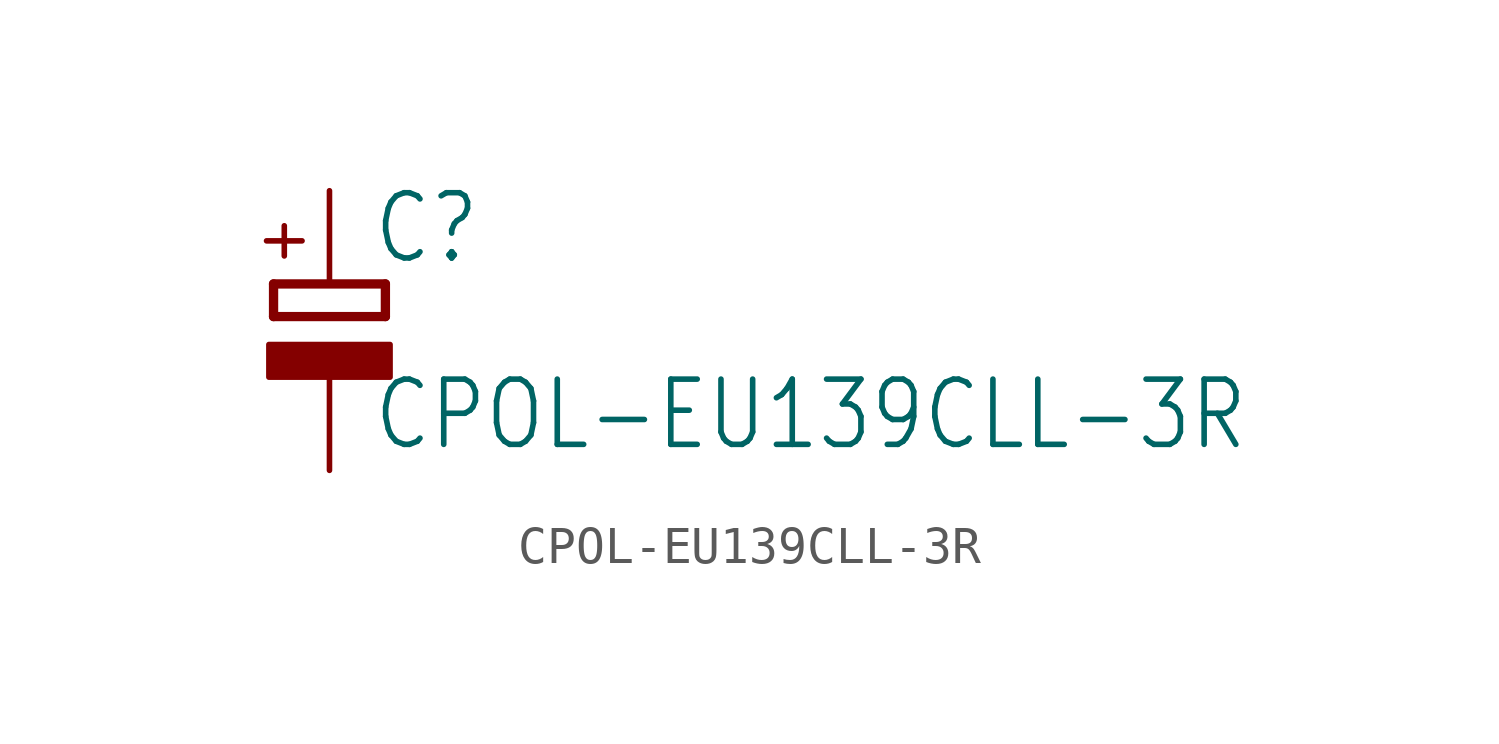
<source format=kicad_sym>
(kicad_symbol_lib
  (version 20211014)
  (generator kicad_symbol_editor)
  (symbol "CPOL-EU139CLL-3R"
    (property "Reference" "C"
      (at 1.143 0.483 0)
      (effects (font (size 1.778 1.511)) (justify left bottom)))
    (property "Value" "CPOL-EU139CLL-3R"
      (at 1.143 -4.597 0)
      (effects (font (size 1.778 1.511)) (justify left bottom)))
    (property "ki_locked" ""
      (at 0 0 0)
      (effects (font (size 1.27 1.27))))
    (symbol "CPOL-EU139CLL-3R_1_0"
      (rectangle (start -1.651 -2.54) (end 1.651 -1.651) (stroke (width 0) (type default) (color 0 0 0 0)) (fill (type outline)))
      (polyline (pts (xy -1.524 -0.889) (xy 1.524 -0.889)) (stroke (width 0.254) (type default) (color 0 0 0 0)) (fill (type none)))
      (polyline (pts (xy -1.524 0) (xy -1.524 -0.889)) (stroke (width 0.254) (type default) (color 0 0 0 0)) (fill (type none)))
      (polyline (pts (xy -1.524 0) (xy 1.524 0)) (stroke (width 0.254) (type default) (color 0 0 0 0)) (fill (type none)))
      (polyline (pts (xy 1.524 -0.889) (xy 1.524 0)) (stroke (width 0.254) (type default) (color 0 0 0 0)) (fill (type none)))
      (text "+" (at -0.584 0.406 900) (effects (font (size 1.27 1.079)) (justify left bottom)))
      (pin passive line (at 0 2.54 270) (length 2.54) (name "+" (effects (font (size 0 0)))) (number "+" (effects (font (size 0 0)))))
      (pin passive line (at 0 -5.08 90) (length 2.54) (name "-" (effects (font (size 0 0)))) (number "-" (effects (font (size 0 0))))))))
</source>
